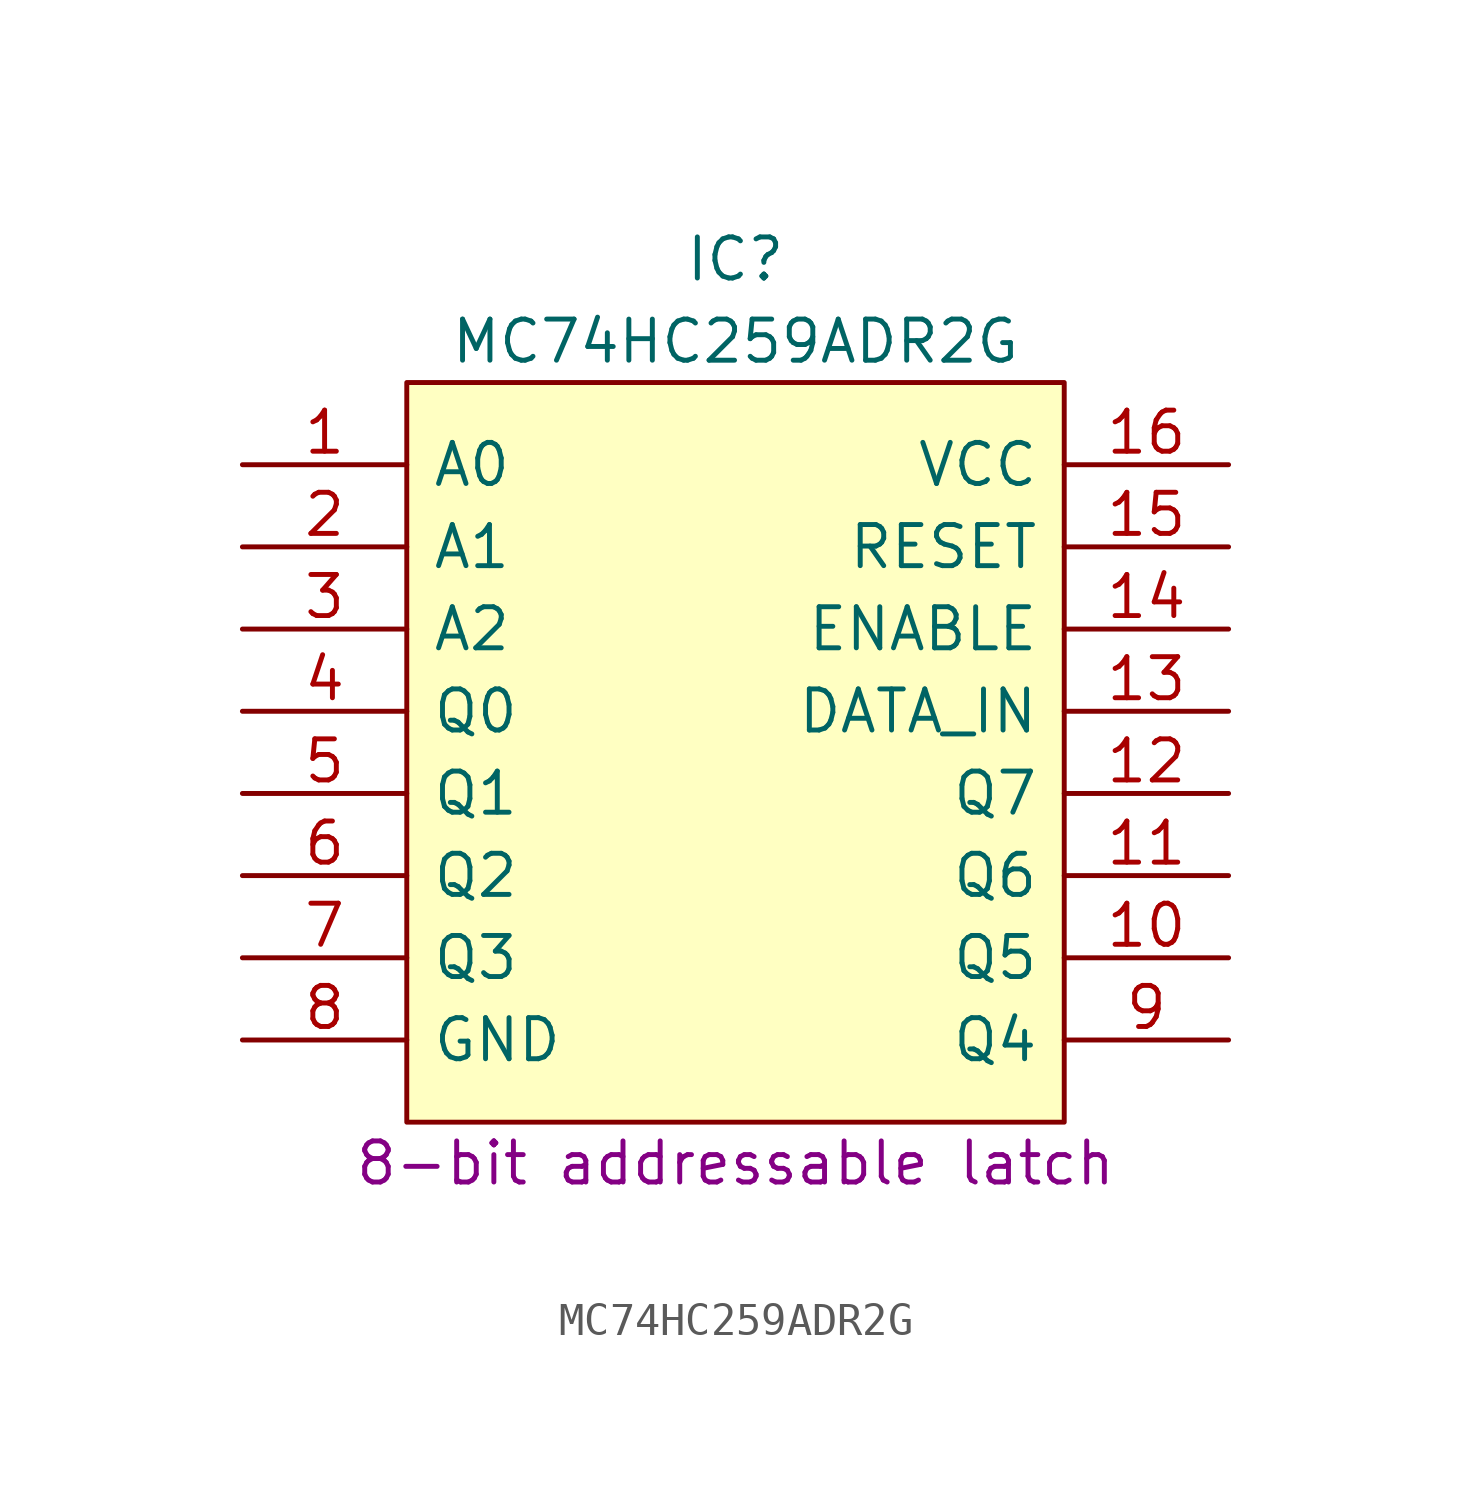
<source format=kicad_sym>
(kicad_symbol_lib
  (version 20211014)
  (generator kicad_symbol_editor)
  (symbol "MC74HC259ADR2G"
    (pin_names
      (offset 0.762))
    (property "Reference" "IC"
      (at 15.24 6.35 0)
      (effects (font (size 1.27 1.27))))
    (property "Value" "MC74HC259ADR2G"
      (at 15.24 3.81 0)
      (effects (font (size 1.27 1.27))))
    (property "Description" "8-bit addressable latch"
      (at 15.24 -21.59 0)
      (effects (font (size 1.27 1.27))))
    (symbol "MC74HC259ADR2G_0_0"
      (pin passive line (at 0 0 0) (length 5.08) (name "A0" (effects (font (size 1.27 1.27)))) (number "1" (effects (font (size 1.27 1.27)))))
      (pin passive line (at 30.48 -15.24 180) (length 5.08) (name "Q5" (effects (font (size 1.27 1.27)))) (number "10" (effects (font (size 1.27 1.27)))))
      (pin passive line (at 30.48 -12.7 180) (length 5.08) (name "Q6" (effects (font (size 1.27 1.27)))) (number "11" (effects (font (size 1.27 1.27)))))
      (pin passive line (at 30.48 -10.16 180) (length 5.08) (name "Q7" (effects (font (size 1.27 1.27)))) (number "12" (effects (font (size 1.27 1.27)))))
      (pin input line (at 30.48 -7.62 180) (length 5.08) (name "DATA_IN" (effects (font (size 1.27 1.27)))) (number "13" (effects (font (size 1.27 1.27)))))
      (pin passive line (at 30.48 -5.08 180) (length 5.08) (name "ENABLE" (effects (font (size 1.27 1.27)))) (number "14" (effects (font (size 1.27 1.27)))))
      (pin passive line (at 30.48 -2.54 180) (length 5.08) (name "RESET" (effects (font (size 1.27 1.27)))) (number "15" (effects (font (size 1.27 1.27)))))
      (pin power_in line (at 30.48 0 180) (length 5.08) (name "VCC" (effects (font (size 1.27 1.27)))) (number "16" (effects (font (size 1.27 1.27)))))
      (pin passive line (at 0 -2.54 0) (length 5.08) (name "A1" (effects (font (size 1.27 1.27)))) (number "2" (effects (font (size 1.27 1.27)))))
      (pin passive line (at 0 -5.08 0) (length 5.08) (name "A2" (effects (font (size 1.27 1.27)))) (number "3" (effects (font (size 1.27 1.27)))))
      (pin passive line (at 0 -7.62 0) (length 5.08) (name "Q0" (effects (font (size 1.27 1.27)))) (number "4" (effects (font (size 1.27 1.27)))))
      (pin passive line (at 0 -10.16 0) (length 5.08) (name "Q1" (effects (font (size 1.27 1.27)))) (number "5" (effects (font (size 1.27 1.27)))))
      (pin passive line (at 0 -12.7 0) (length 5.08) (name "Q2" (effects (font (size 1.27 1.27)))) (number "6" (effects (font (size 1.27 1.27)))))
      (pin passive line (at 0 -15.24 0) (length 5.08) (name "Q3" (effects (font (size 1.27 1.27)))) (number "7" (effects (font (size 1.27 1.27)))))
      (pin power_in line (at 0 -17.78 0) (length 5.08) (name "GND" (effects (font (size 1.27 1.27)))) (number "8" (effects (font (size 1.27 1.27)))))
      (pin passive line (at 30.48 -17.78 180) (length 5.08) (name "Q4" (effects (font (size 1.27 1.27)))) (number "9" (effects (font (size 1.27 1.27))))))
    (symbol "MC74HC259ADR2G_0_1"
      (polyline (pts (xy 5.08 2.54) (xy 25.4 2.54) (xy 25.4 -20.32) (xy 5.08 -20.32) (xy 5.08 2.54)) (stroke (width 0.152) (type default) (color 0 0 0 0)) (fill (type background))))))
</source>
